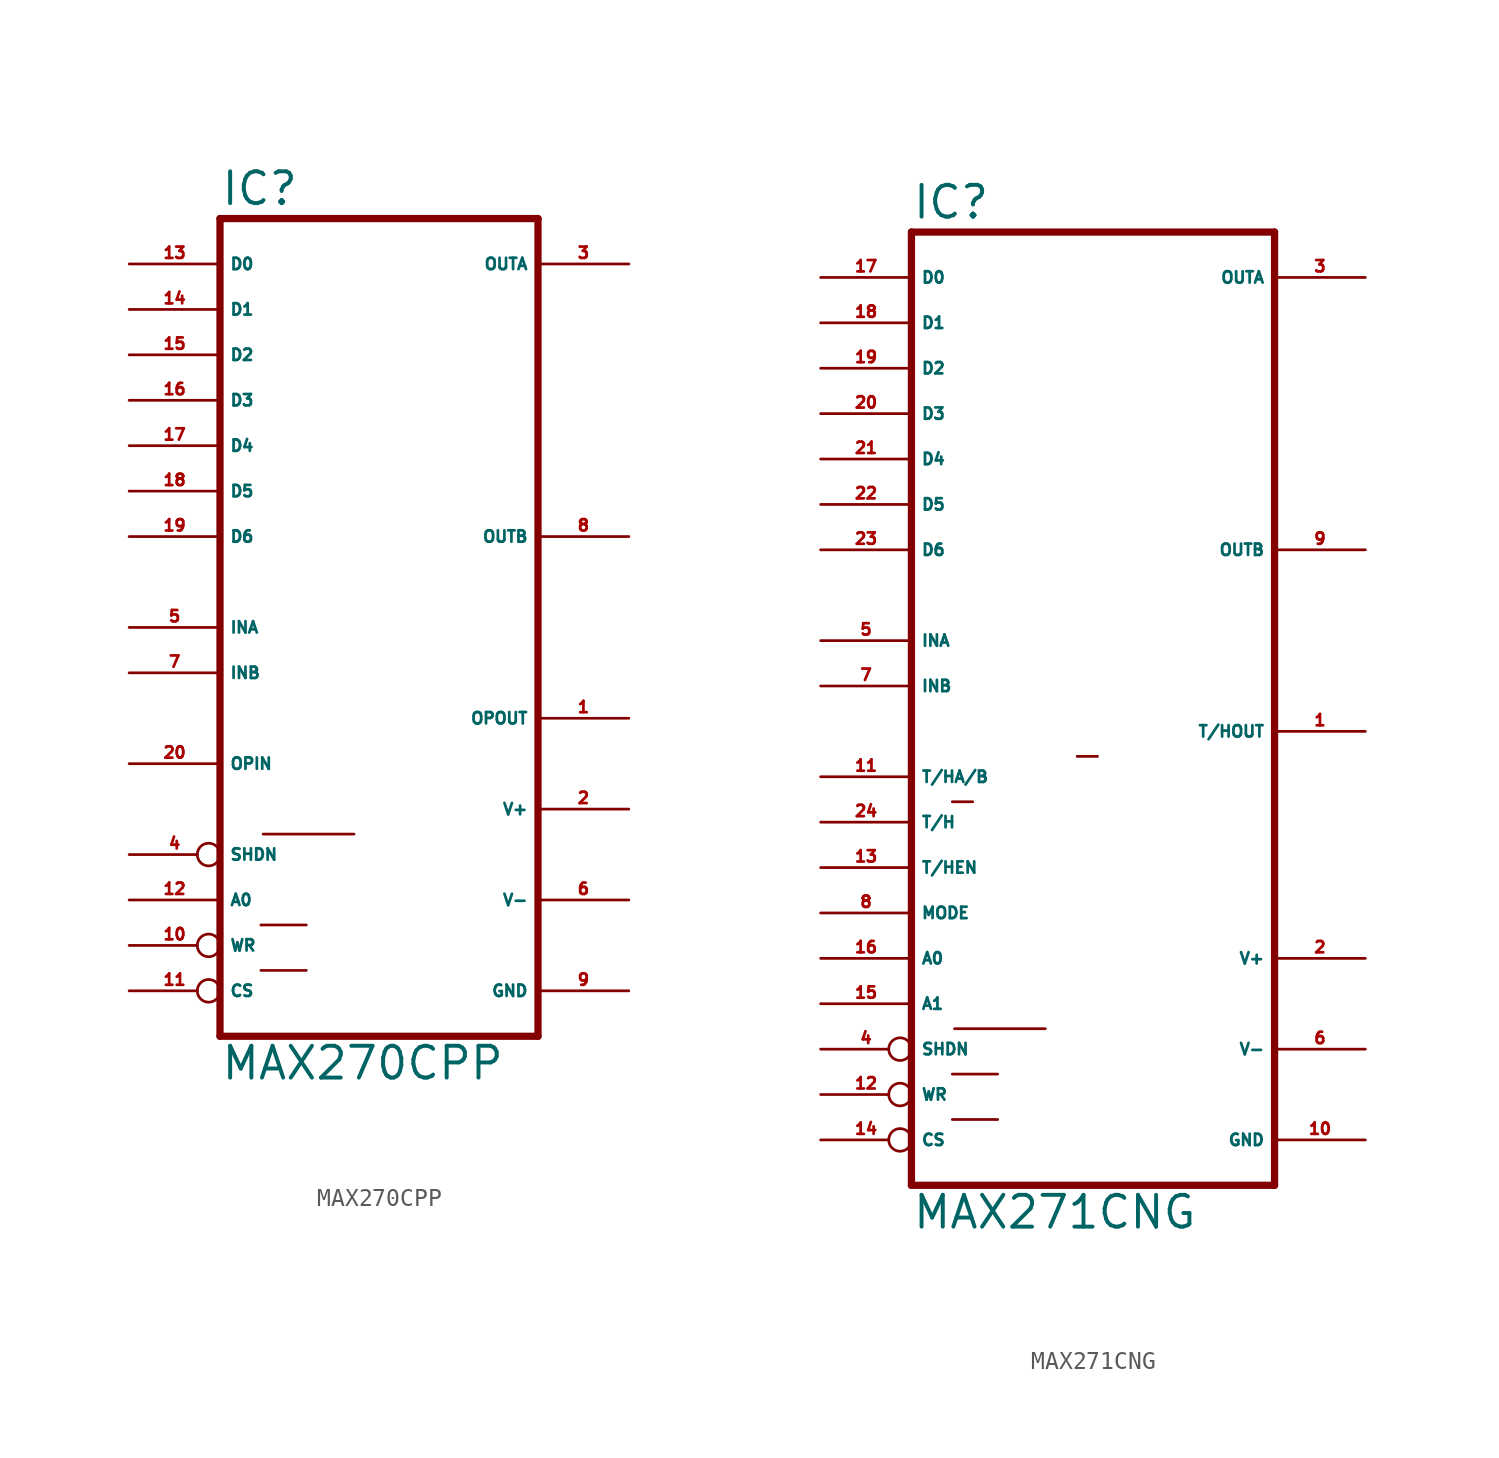
<source format=kicad_sym>
(kicad_symbol_lib
  (version 20220914)
  (generator Eagle2Kicad)
  (symbol "MAX270CPP"
    (property "Reference" "IC"
      (at -10.16 23.495 0)
      (effects (font (size 1.778 1.778) (thickness 0.22)) (justify left bottom)))
    (property "Value" "MAX270CPP"
      (at -10.16 -25.4 0)
      (effects (font (size 1.778 1.778) (thickness 0.22)) (justify left bottom)))
    (polyline
      (pts (xy 7.62 -22.86) (xy -10.16 -22.86))
      (stroke (width 0.406) (type default))
      (fill (type none)))
    (polyline
      (pts (xy -10.16 22.86) (xy -10.16 -22.86))
      (stroke (width 0.406) (type default))
      (fill (type none)))
    (polyline
      (pts (xy -10.16 22.86) (xy 7.62 22.86))
      (stroke (width 0.406) (type default))
      (fill (type none)))
    (polyline
      (pts (xy 7.62 -22.86) (xy 7.62 22.86))
      (stroke (width 0.406) (type default))
      (fill (type none)))
    (polyline
      (pts (xy -7.747 -11.557) (xy -2.667 -11.557))
      (stroke (width 0.152) (type default))
      (fill (type none)))
    (polyline
      (pts (xy -7.874 -16.637) (xy -5.334 -16.637))
      (stroke (width 0.152) (type default))
      (fill (type none)))
    (polyline
      (pts (xy -7.874 -19.177) (xy -5.334 -19.177))
      (stroke (width 0.152) (type default))
      (fill (type none)))
    (pin unspecified line
      (at 12.7 -20.32 180)
      (length 5.08)
      (name "GND" (effects (font (size 0.635 0.635) (thickness 0.08)) (justify left bottom)))
      (number "9" (effects (font (size 0.635 0.635) (thickness 0.08)) (justify left bottom))))
    (pin unspecified line
      (at 12.7 -15.24 180)
      (length 5.08)
      (name "V-" (effects (font (size 0.635 0.635) (thickness 0.08)) (justify left bottom)))
      (number "6" (effects (font (size 0.635 0.635) (thickness 0.08)) (justify left bottom))))
    (pin input line
      (at -15.24 20.32 0)
      (length 5.08)
      (name "D0" (effects (font (size 0.635 0.635) (thickness 0.08)) (justify left bottom)))
      (number "13" (effects (font (size 0.635 0.635) (thickness 0.08)) (justify left bottom))))
    (pin input inverted
      (at -15.24 -20.32 0)
      (length 5.08)
      (name "CS" (effects (font (size 0.635 0.635) (thickness 0.08)) (justify left bottom)))
      (number "11" (effects (font (size 0.635 0.635) (thickness 0.08)) (justify left bottom))))
    (pin output line
      (at 12.7 -5.08 180)
      (length 5.08)
      (name "OPOUT" (effects (font (size 0.635 0.635) (thickness 0.08)) (justify left bottom)))
      (number "1" (effects (font (size 0.635 0.635) (thickness 0.08)) (justify left bottom))))
    (pin input line
      (at -15.24 -15.24 0)
      (length 5.08)
      (name "A0" (effects (font (size 0.635 0.635) (thickness 0.08)) (justify left bottom)))
      (number "12" (effects (font (size 0.635 0.635) (thickness 0.08)) (justify left bottom))))
    (pin unspecified line
      (at 12.7 -10.16 180)
      (length 5.08)
      (name "V+" (effects (font (size 0.635 0.635) (thickness 0.08)) (justify left bottom)))
      (number "2" (effects (font (size 0.635 0.635) (thickness 0.08)) (justify left bottom))))
    (pin output line
      (at 12.7 5.08 180)
      (length 5.08)
      (name "OUTB" (effects (font (size 0.635 0.635) (thickness 0.08)) (justify left bottom)))
      (number "8" (effects (font (size 0.635 0.635) (thickness 0.08)) (justify left bottom))))
    (pin output line
      (at 12.7 20.32 180)
      (length 5.08)
      (name "OUTA" (effects (font (size 0.635 0.635) (thickness 0.08)) (justify left bottom)))
      (number "3" (effects (font (size 0.635 0.635) (thickness 0.08)) (justify left bottom))))
    (pin input line
      (at -15.24 17.78 0)
      (length 5.08)
      (name "D1" (effects (font (size 0.635 0.635) (thickness 0.08)) (justify left bottom)))
      (number "14" (effects (font (size 0.635 0.635) (thickness 0.08)) (justify left bottom))))
    (pin input line
      (at -15.24 15.24 0)
      (length 5.08)
      (name "D2" (effects (font (size 0.635 0.635) (thickness 0.08)) (justify left bottom)))
      (number "15" (effects (font (size 0.635 0.635) (thickness 0.08)) (justify left bottom))))
    (pin input line
      (at -15.24 12.7 0)
      (length 5.08)
      (name "D3" (effects (font (size 0.635 0.635) (thickness 0.08)) (justify left bottom)))
      (number "16" (effects (font (size 0.635 0.635) (thickness 0.08)) (justify left bottom))))
    (pin input line
      (at -15.24 10.16 0)
      (length 5.08)
      (name "D4" (effects (font (size 0.635 0.635) (thickness 0.08)) (justify left bottom)))
      (number "17" (effects (font (size 0.635 0.635) (thickness 0.08)) (justify left bottom))))
    (pin input line
      (at -15.24 7.62 0)
      (length 5.08)
      (name "D5" (effects (font (size 0.635 0.635) (thickness 0.08)) (justify left bottom)))
      (number "18" (effects (font (size 0.635 0.635) (thickness 0.08)) (justify left bottom))))
    (pin input line
      (at -15.24 5.08 0)
      (length 5.08)
      (name "D6" (effects (font (size 0.635 0.635) (thickness 0.08)) (justify left bottom)))
      (number "19" (effects (font (size 0.635 0.635) (thickness 0.08)) (justify left bottom))))
    (pin input inverted
      (at -15.24 -17.78 0)
      (length 5.08)
      (name "WR" (effects (font (size 0.635 0.635) (thickness 0.08)) (justify left bottom)))
      (number "10" (effects (font (size 0.635 0.635) (thickness 0.08)) (justify left bottom))))
    (pin input inverted
      (at -15.24 -12.7 0)
      (length 5.08)
      (name "SHDN" (effects (font (size 0.635 0.635) (thickness 0.08)) (justify left bottom)))
      (number "4" (effects (font (size 0.635 0.635) (thickness 0.08)) (justify left bottom))))
    (pin input line
      (at -15.24 -7.62 0)
      (length 5.08)
      (name "OPIN" (effects (font (size 0.635 0.635) (thickness 0.08)) (justify left bottom)))
      (number "20" (effects (font (size 0.635 0.635) (thickness 0.08)) (justify left bottom))))
    (pin input line
      (at -15.24 0 0)
      (length 5.08)
      (name "INA" (effects (font (size 0.635 0.635) (thickness 0.08)) (justify left bottom)))
      (number "5" (effects (font (size 0.635 0.635) (thickness 0.08)) (justify left bottom))))
    (pin input line
      (at -15.24 -2.54 0)
      (length 5.08)
      (name "INB" (effects (font (size 0.635 0.635) (thickness 0.08)) (justify left bottom)))
      (number "7" (effects (font (size 0.635 0.635) (thickness 0.08)) (justify left bottom)))))
  (symbol "MAX271CNG"
    (property "Reference" "IC"
      (at -10.16 26.035 0)
      (effects (font (size 1.778 1.778) (thickness 0.22)) (justify left bottom)))
    (property "Value" "MAX271CNG"
      (at -10.16 -30.48 0)
      (effects (font (size 1.778 1.778) (thickness 0.22)) (justify left bottom)))
    (polyline
      (pts (xy 10.16 -27.94) (xy -10.16 -27.94))
      (stroke (width 0.406) (type default))
      (fill (type none)))
    (polyline
      (pts (xy -10.16 25.4) (xy -10.16 -27.94))
      (stroke (width 0.406) (type default))
      (fill (type none)))
    (polyline
      (pts (xy -10.16 25.4) (xy 10.16 25.4))
      (stroke (width 0.406) (type default))
      (fill (type none)))
    (polyline
      (pts (xy 10.16 -27.94) (xy 10.16 25.4))
      (stroke (width 0.406) (type default))
      (fill (type none)))
    (polyline
      (pts (xy -7.747 -19.177) (xy -2.667 -19.177))
      (stroke (width 0.152) (type default))
      (fill (type none)))
    (polyline
      (pts (xy -7.874 -21.717) (xy -5.334 -21.717))
      (stroke (width 0.152) (type default))
      (fill (type none)))
    (polyline
      (pts (xy -7.874 -24.257) (xy -5.334 -24.257))
      (stroke (width 0.152) (type default))
      (fill (type none)))
    (polyline
      (pts (xy -7.874 -6.477) (xy -6.731 -6.477))
      (stroke (width 0.152) (type default))
      (fill (type none)))
    (polyline
      (pts (xy -0.889 -3.937) (xy 0.254 -3.937))
      (stroke (width 0.152) (type default))
      (fill (type none)))
    (pin unspecified line
      (at 15.24 -25.4 180)
      (length 5.08)
      (name "GND" (effects (font (size 0.635 0.635) (thickness 0.08)) (justify left bottom)))
      (number "10" (effects (font (size 0.635 0.635) (thickness 0.08)) (justify left bottom))))
    (pin unspecified line
      (at 15.24 -20.32 180)
      (length 5.08)
      (name "V-" (effects (font (size 0.635 0.635) (thickness 0.08)) (justify left bottom)))
      (number "6" (effects (font (size 0.635 0.635) (thickness 0.08)) (justify left bottom))))
    (pin input line
      (at -15.24 22.86 0)
      (length 5.08)
      (name "D0" (effects (font (size 0.635 0.635) (thickness 0.08)) (justify left bottom)))
      (number "17" (effects (font (size 0.635 0.635) (thickness 0.08)) (justify left bottom))))
    (pin input inverted
      (at -15.24 -25.4 0)
      (length 5.08)
      (name "CS" (effects (font (size 0.635 0.635) (thickness 0.08)) (justify left bottom)))
      (number "14" (effects (font (size 0.635 0.635) (thickness 0.08)) (justify left bottom))))
    (pin output line
      (at 15.24 -2.54 180)
      (length 5.08)
      (name "T/HOUT" (effects (font (size 0.635 0.635) (thickness 0.08)) (justify left bottom)))
      (number "1" (effects (font (size 0.635 0.635) (thickness 0.08)) (justify left bottom))))
    (pin input line
      (at -15.24 -12.7 0)
      (length 5.08)
      (name "MODE" (effects (font (size 0.635 0.635) (thickness 0.08)) (justify left bottom)))
      (number "8" (effects (font (size 0.635 0.635) (thickness 0.08)) (justify left bottom))))
    (pin unspecified line
      (at 15.24 -15.24 180)
      (length 5.08)
      (name "V+" (effects (font (size 0.635 0.635) (thickness 0.08)) (justify left bottom)))
      (number "2" (effects (font (size 0.635 0.635) (thickness 0.08)) (justify left bottom))))
    (pin output line
      (at 15.24 7.62 180)
      (length 5.08)
      (name "OUTB" (effects (font (size 0.635 0.635) (thickness 0.08)) (justify left bottom)))
      (number "9" (effects (font (size 0.635 0.635) (thickness 0.08)) (justify left bottom))))
    (pin output line
      (at 15.24 22.86 180)
      (length 5.08)
      (name "OUTA" (effects (font (size 0.635 0.635) (thickness 0.08)) (justify left bottom)))
      (number "3" (effects (font (size 0.635 0.635) (thickness 0.08)) (justify left bottom))))
    (pin input line
      (at -15.24 20.32 0)
      (length 5.08)
      (name "D1" (effects (font (size 0.635 0.635) (thickness 0.08)) (justify left bottom)))
      (number "18" (effects (font (size 0.635 0.635) (thickness 0.08)) (justify left bottom))))
    (pin input line
      (at -15.24 17.78 0)
      (length 5.08)
      (name "D2" (effects (font (size 0.635 0.635) (thickness 0.08)) (justify left bottom)))
      (number "19" (effects (font (size 0.635 0.635) (thickness 0.08)) (justify left bottom))))
    (pin input line
      (at -15.24 15.24 0)
      (length 5.08)
      (name "D3" (effects (font (size 0.635 0.635) (thickness 0.08)) (justify left bottom)))
      (number "20" (effects (font (size 0.635 0.635) (thickness 0.08)) (justify left bottom))))
    (pin input line
      (at -15.24 12.7 0)
      (length 5.08)
      (name "D4" (effects (font (size 0.635 0.635) (thickness 0.08)) (justify left bottom)))
      (number "21" (effects (font (size 0.635 0.635) (thickness 0.08)) (justify left bottom))))
    (pin input line
      (at -15.24 10.16 0)
      (length 5.08)
      (name "D5" (effects (font (size 0.635 0.635) (thickness 0.08)) (justify left bottom)))
      (number "22" (effects (font (size 0.635 0.635) (thickness 0.08)) (justify left bottom))))
    (pin input line
      (at -15.24 7.62 0)
      (length 5.08)
      (name "D6" (effects (font (size 0.635 0.635) (thickness 0.08)) (justify left bottom)))
      (number "23" (effects (font (size 0.635 0.635) (thickness 0.08)) (justify left bottom))))
    (pin input inverted
      (at -15.24 -22.86 0)
      (length 5.08)
      (name "WR" (effects (font (size 0.635 0.635) (thickness 0.08)) (justify left bottom)))
      (number "12" (effects (font (size 0.635 0.635) (thickness 0.08)) (justify left bottom))))
    (pin input inverted
      (at -15.24 -20.32 0)
      (length 5.08)
      (name "SHDN" (effects (font (size 0.635 0.635) (thickness 0.08)) (justify left bottom)))
      (number "4" (effects (font (size 0.635 0.635) (thickness 0.08)) (justify left bottom))))
    (pin input line
      (at -15.24 -7.62 0)
      (length 5.08)
      (name "T/H" (effects (font (size 0.635 0.635) (thickness 0.08)) (justify left bottom)))
      (number "24" (effects (font (size 0.635 0.635) (thickness 0.08)) (justify left bottom))))
    (pin input line
      (at -15.24 2.54 0)
      (length 5.08)
      (name "INA" (effects (font (size 0.635 0.635) (thickness 0.08)) (justify left bottom)))
      (number "5" (effects (font (size 0.635 0.635) (thickness 0.08)) (justify left bottom))))
    (pin input line
      (at -15.24 0 0)
      (length 5.08)
      (name "INB" (effects (font (size 0.635 0.635) (thickness 0.08)) (justify left bottom)))
      (number "7" (effects (font (size 0.635 0.635) (thickness 0.08)) (justify left bottom))))
    (pin input line
      (at -15.24 -10.16 0)
      (length 5.08)
      (name "T/HEN" (effects (font (size 0.635 0.635) (thickness 0.08)) (justify left bottom)))
      (number "13" (effects (font (size 0.635 0.635) (thickness 0.08)) (justify left bottom))))
    (pin input line
      (at -15.24 -15.24 0)
      (length 5.08)
      (name "A0" (effects (font (size 0.635 0.635) (thickness 0.08)) (justify left bottom)))
      (number "16" (effects (font (size 0.635 0.635) (thickness 0.08)) (justify left bottom))))
    (pin input line
      (at -15.24 -17.78 0)
      (length 5.08)
      (name "A1" (effects (font (size 0.635 0.635) (thickness 0.08)) (justify left bottom)))
      (number "15" (effects (font (size 0.635 0.635) (thickness 0.08)) (justify left bottom))))
    (pin input line
      (at -15.24 -5.08 0)
      (length 5.08)
      (name "T/HA/B" (effects (font (size 0.635 0.635) (thickness 0.08)) (justify left bottom)))
      (number "11" (effects (font (size 0.635 0.635) (thickness 0.08)) (justify left bottom))))))
</source>
